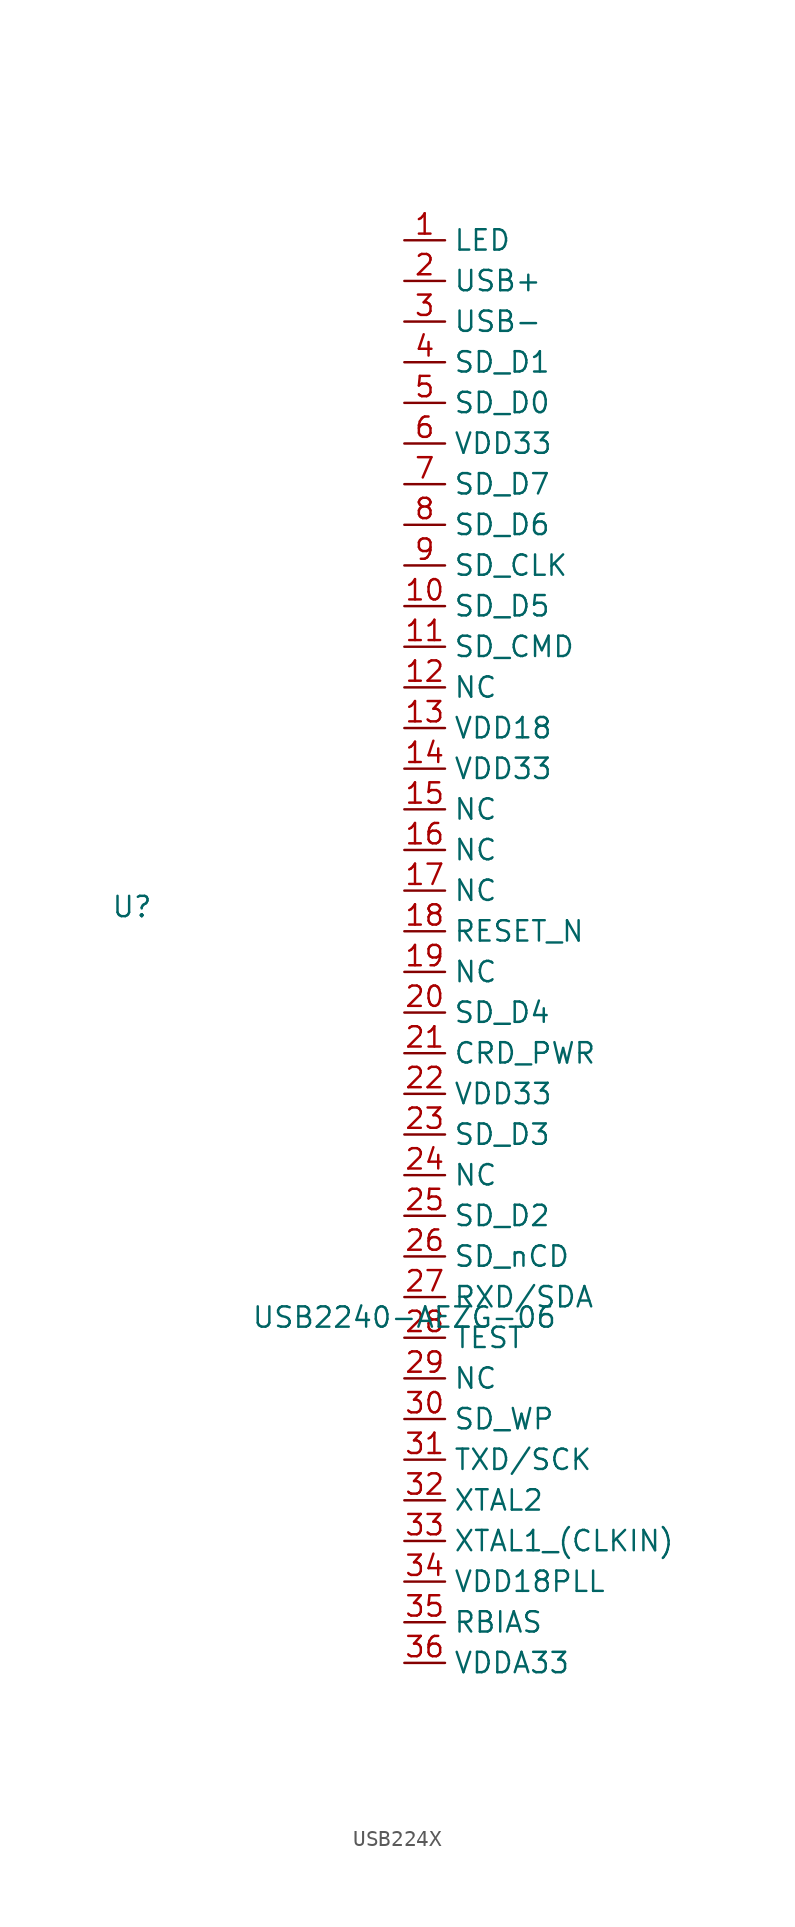
<source format=kicad_sym>
(kicad_symbol_lib
  (version 20241209)
  (generator "kicad_symbol_editor")
  (generator_version "9.0")
  (symbol "USB224X"
    (property "Reference" "U"
      (at -17.018 25.654 0)
      (effects (font (size 1.27 1.27))))
    (property "Value" "USB2240-AEZG-06"
      (at 0 0 0)
      (effects (font (size 1.27 1.27))))
    (symbol "USB224X_0_0"
      (pin unspecified line (at 0 67.31 0) (length 2.54) (name "LED" (effects (font (size 1.27 1.27)))) (number "1" (effects (font (size 1.27 1.27)))))
      (pin bidirectional line (at 0 64.77 0) (length 2.54) (name "USB+" (effects (font (size 1.27 1.27)))) (number "2" (effects (font (size 1.27 1.27)))))
      (pin bidirectional line (at 0 62.23 0) (length 2.54) (name "USB-" (effects (font (size 1.27 1.27)))) (number "3" (effects (font (size 1.27 1.27)))))
      (pin unspecified line (at 0 59.69 0) (length 2.54) (name "SD_D1" (effects (font (size 1.27 1.27)))) (number "4" (effects (font (size 1.27 1.27)))))
      (pin unspecified line (at 0 57.15 0) (length 2.54) (name "SD_D0" (effects (font (size 1.27 1.27)))) (number "5" (effects (font (size 1.27 1.27)))))
      (pin power_in line (at 0 54.61 0) (length 2.54) (name "VDD33" (effects (font (size 1.27 1.27)))) (number "6" (effects (font (size 1.27 1.27)))))
      (pin unspecified line (at 0 52.07 0) (length 2.54) (name "SD_D7" (effects (font (size 1.27 1.27)))) (number "7" (effects (font (size 1.27 1.27)))))
      (pin unspecified line (at 0 49.53 0) (length 2.54) (name "SD_D6" (effects (font (size 1.27 1.27)))) (number "8" (effects (font (size 1.27 1.27)))))
      (pin unspecified line (at 0 46.99 0) (length 2.54) (name "SD_CLK" (effects (font (size 1.27 1.27)))) (number "9" (effects (font (size 1.27 1.27)))))
      (pin unspecified line (at 0 44.45 0) (length 2.54) (name "SD_D5" (effects (font (size 1.27 1.27)))) (number "10" (effects (font (size 1.27 1.27)))))
      (pin unspecified line (at 0 41.91 0) (length 2.54) (name "SD_CMD" (effects (font (size 1.27 1.27)))) (number "11" (effects (font (size 1.27 1.27)))))
      (pin unspecified line (at 0 39.37 0) (length 2.54) (name "NC" (effects (font (size 1.27 1.27)))) (number "12" (effects (font (size 1.27 1.27)))))
      (pin unspecified line (at 0 36.83 0) (length 2.54) (name "VDD18" (effects (font (size 1.27 1.27)))) (number "13" (effects (font (size 1.27 1.27)))))
      (pin power_in line (at 0 34.29 0) (length 2.54) (name "VDD33" (effects (font (size 1.27 1.27)))) (number "14" (effects (font (size 1.27 1.27)))))
      (pin unspecified line (at 0 31.75 0) (length 2.54) (name "NC" (effects (font (size 1.27 1.27)))) (number "15" (effects (font (size 1.27 1.27)))))
      (pin unspecified line (at 0 29.21 0) (length 2.54) (name "NC" (effects (font (size 1.27 1.27)))) (number "16" (effects (font (size 1.27 1.27)))))
      (pin unspecified line (at 0 26.67 0) (length 2.54) (name "NC" (effects (font (size 1.27 1.27)))) (number "17" (effects (font (size 1.27 1.27)))))
      (pin unspecified line (at 0 24.13 0) (length 2.54) (name "RESET_N" (effects (font (size 1.27 1.27)))) (number "18" (effects (font (size 1.27 1.27)))))
      (pin unspecified line (at 0 21.59 0) (length 2.54) (name "NC" (effects (font (size 1.27 1.27)))) (number "19" (effects (font (size 1.27 1.27)))))
      (pin unspecified line (at 0 19.05 0) (length 2.54) (name "SD_D4" (effects (font (size 1.27 1.27)))) (number "20" (effects (font (size 1.27 1.27)))))
      (pin unspecified line (at 0 16.51 0) (length 2.54) (name "CRD_PWR" (effects (font (size 1.27 1.27)))) (number "21" (effects (font (size 1.27 1.27)))))
      (pin power_in line (at 0 13.97 0) (length 2.54) (name "VDD33" (effects (font (size 1.27 1.27)))) (number "22" (effects (font (size 1.27 1.27)))))
      (pin unspecified line (at 0 11.43 0) (length 2.54) (name "SD_D3" (effects (font (size 1.27 1.27)))) (number "23" (effects (font (size 1.27 1.27)))))
      (pin unspecified line (at 0 8.89 0) (length 2.54) (name "NC" (effects (font (size 1.27 1.27)))) (number "24" (effects (font (size 1.27 1.27)))))
      (pin unspecified line (at 0 6.35 0) (length 2.54) (name "SD_D2" (effects (font (size 1.27 1.27)))) (number "25" (effects (font (size 1.27 1.27)))))
      (pin unspecified line (at 0 3.81 0) (length 2.54) (name "SD_nCD" (effects (font (size 1.27 1.27)))) (number "26" (effects (font (size 1.27 1.27)))))
      (pin unspecified line (at 0 1.27 0) (length 2.54) (name "RXD/SDA" (effects (font (size 1.27 1.27)))) (number "27" (effects (font (size 1.27 1.27)))))
      (pin unspecified line (at 0 -1.27 0) (length 2.54) (name "TEST" (effects (font (size 1.27 1.27)))) (number "28" (effects (font (size 1.27 1.27)))))
      (pin unspecified line (at 0 -3.81 0) (length 2.54) (name "NC" (effects (font (size 1.27 1.27)))) (number "29" (effects (font (size 1.27 1.27)))))
      (pin unspecified line (at 0 -6.35 0) (length 2.54) (name "SD_WP" (effects (font (size 1.27 1.27)))) (number "30" (effects (font (size 1.27 1.27)))))
      (pin unspecified line (at 0 -8.89 0) (length 2.54) (name "TXD/SCK" (effects (font (size 1.27 1.27)))) (number "31" (effects (font (size 1.27 1.27)))))
      (pin unspecified line (at 0 -11.43 0) (length 2.54) (name "XTAL2" (effects (font (size 1.27 1.27)))) (number "32" (effects (font (size 1.27 1.27)))))
      (pin unspecified line (at 0 -13.97 0) (length 2.54) (name "XTAL1_(CLKIN)" (effects (font (size 1.27 1.27)))) (number "33" (effects (font (size 1.27 1.27)))))
      (pin unspecified line (at 0 -16.51 0) (length 2.54) (name "VDD18PLL" (effects (font (size 1.27 1.27)))) (number "34" (effects (font (size 1.27 1.27)))))
      (pin unspecified line (at 0 -19.05 0) (length 2.54) (name "RBIAS" (effects (font (size 1.27 1.27)))) (number "35" (effects (font (size 1.27 1.27)))))
      (pin power_in line (at 0 -21.59 0) (length 2.54) (name "VDDA33" (effects (font (size 1.27 1.27)))) (number "36" (effects (font (size 1.27 1.27))))))))
</source>
